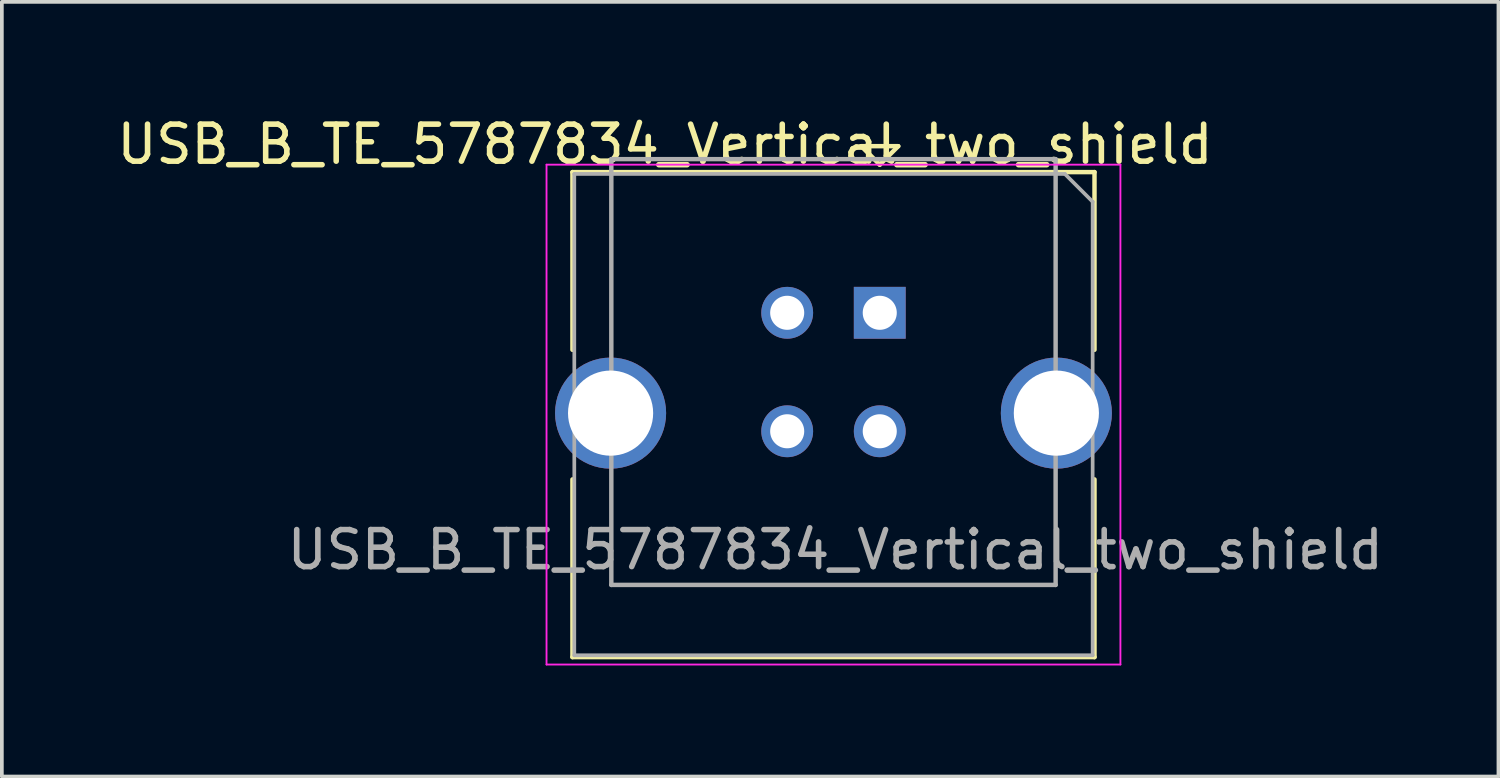
<source format=kicad_pcb>
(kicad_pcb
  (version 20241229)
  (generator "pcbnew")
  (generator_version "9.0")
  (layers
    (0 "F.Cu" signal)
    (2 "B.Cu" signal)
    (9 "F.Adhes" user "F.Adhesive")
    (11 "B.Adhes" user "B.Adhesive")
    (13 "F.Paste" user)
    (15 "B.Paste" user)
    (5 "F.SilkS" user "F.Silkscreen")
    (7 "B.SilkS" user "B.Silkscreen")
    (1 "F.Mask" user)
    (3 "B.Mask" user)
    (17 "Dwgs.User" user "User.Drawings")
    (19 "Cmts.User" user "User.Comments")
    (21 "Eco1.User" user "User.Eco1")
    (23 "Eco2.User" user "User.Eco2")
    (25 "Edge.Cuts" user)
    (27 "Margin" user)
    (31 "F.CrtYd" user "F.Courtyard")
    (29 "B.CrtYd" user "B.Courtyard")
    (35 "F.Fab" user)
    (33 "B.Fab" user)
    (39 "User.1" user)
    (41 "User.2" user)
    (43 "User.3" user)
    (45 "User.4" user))
  (footprint "USB_B_TE_5787834_Vertical_two_shield"
    (layer "F.Cu")
    (at 20.711 5.398)
    (property "Reference" "USB_B_TE_5787834_Vertical_two_shield" (at -5.8 -4.55 180) (layer "F.SilkS") (effects (font (size 1 1) (thickness 0.15))))
    (attr through_hole)
    (fp_line (start -8.3 -3.8) (end 5.8 -3.8) (stroke (width 0.12) (type solid)) (layer "F.SilkS"))
    (fp_line (start -8.3 1) (end -8.3 -3.8) (stroke (width 0.12) (type solid)) (layer "F.SilkS"))
    (fp_line (start -8.3 9.3) (end -8.3 4.5) (stroke (width 0.12) (type solid)) (layer "F.SilkS"))
    (fp_line (start -0.5 -4.5) (end 0 -4) (stroke (width 0.12) (type solid)) (layer "F.SilkS"))
    (fp_line (start 0 -4) (end 0.5 -4.5) (stroke (width 0.12) (type solid)) (layer "F.SilkS"))
    (fp_line (start 0.5 -4.5) (end -0.5 -4.5) (stroke (width 0.12) (type solid)) (layer "F.SilkS"))
    (fp_line (start 5.8 -3.8) (end 5.8 1) (stroke (width 0.12) (type solid)) (layer "F.SilkS"))
    (fp_line (start 5.8 4.5) (end 5.8 9.3) (stroke (width 0.12) (type solid)) (layer "F.SilkS"))
    (fp_line (start 5.8 9.3) (end -8.3 9.3) (stroke (width 0.12) (type solid)) (layer "F.SilkS"))
    (fp_line (start -9 -4) (end -9 9.5) (stroke (width 0.05) (type solid)) (layer "F.CrtYd"))
    (fp_line (start -9 -4) (end 6.5 -4) (stroke (width 0.05) (type solid)) (layer "F.CrtYd"))
    (fp_line (start 6.5 9.5) (end -9 9.5) (stroke (width 0.05) (type solid)) (layer "F.CrtYd"))
    (fp_line (start 6.5 9.5) (end 6.5 -4) (stroke (width 0.05) (type solid)) (layer "F.CrtYd"))
    (fp_line (start -8.25 -3.75) (end 5 -3.75) (stroke (width 0.1) (type solid)) (layer "F.Fab"))
    (fp_line (start -8.25 9.25) (end -8.25 -3.75) (stroke (width 0.1) (type solid)) (layer "F.Fab"))
    (fp_line (start -7.25 -4.15) (end 4.75 -4.15) (stroke (width 0.12) (type solid)) (layer "F.Fab"))
    (fp_line (start -7.25 7.35) (end -7.25 -4.15) (stroke (width 0.12) (type solid)) (layer "F.Fab"))
    (fp_line (start 4.75 -4.15) (end 4.75 7.35) (stroke (width 0.12) (type solid)) (layer "F.Fab"))
    (fp_line (start 4.75 7.35) (end -7.25 7.35) (stroke (width 0.12) (type solid)) (layer "F.Fab"))
    (fp_line (start 5 -3.75) (end 5.75 -3) (stroke (width 0.1) (type solid)) (layer "F.Fab"))
    (fp_line (start 5.75 -3) (end 5.75 9.25) (stroke (width 0.1) (type solid)) (layer "F.Fab"))
    (fp_line (start 5.75 9.25) (end -8.25 9.25) (stroke (width 0.1) (type solid)) (layer "F.Fab"))
    (fp_text user "${REFERENCE}" (at -1.2 6.4 180) (layer "F.Fab") (effects (font (size 1 1) (thickness 0.15))))
    (pad "1" thru_hole rect (at 0 0) (size 1.4 1.4) (drill 0.92) (layers "*.Cu" "*.Mask"))
    (pad "2" thru_hole circle (at -2.5 0) (size 1.4 1.4) (drill 0.92) (layers "*.Cu" "*.Mask"))
    (pad "3" thru_hole circle (at -2.5 3.2) (size 1.4 1.4) (drill 0.92) (layers "*.Cu" "*.Mask"))
    (pad "4" thru_hole circle (at 0 3.2) (size 1.4 1.4) (drill 0.92) (layers "*.Cu" "*.Mask"))
    (pad "5" thru_hole circle (at 4.77 2.71) (size 3 3) (drill 2.3) (layers "*.Cu" "*.Mask"))
    (pad "6" thru_hole circle (at -7.27 2.71) (size 3 3) (drill 2.3) (layers "*.Cu" "*.Mask")))
  (gr_rect
    (start -3 -3)
    (end 37.421 17.923)
    (stroke (width 0.1) (type default))
    (fill no)
    (layer "Edge.Cuts")))
</source>
